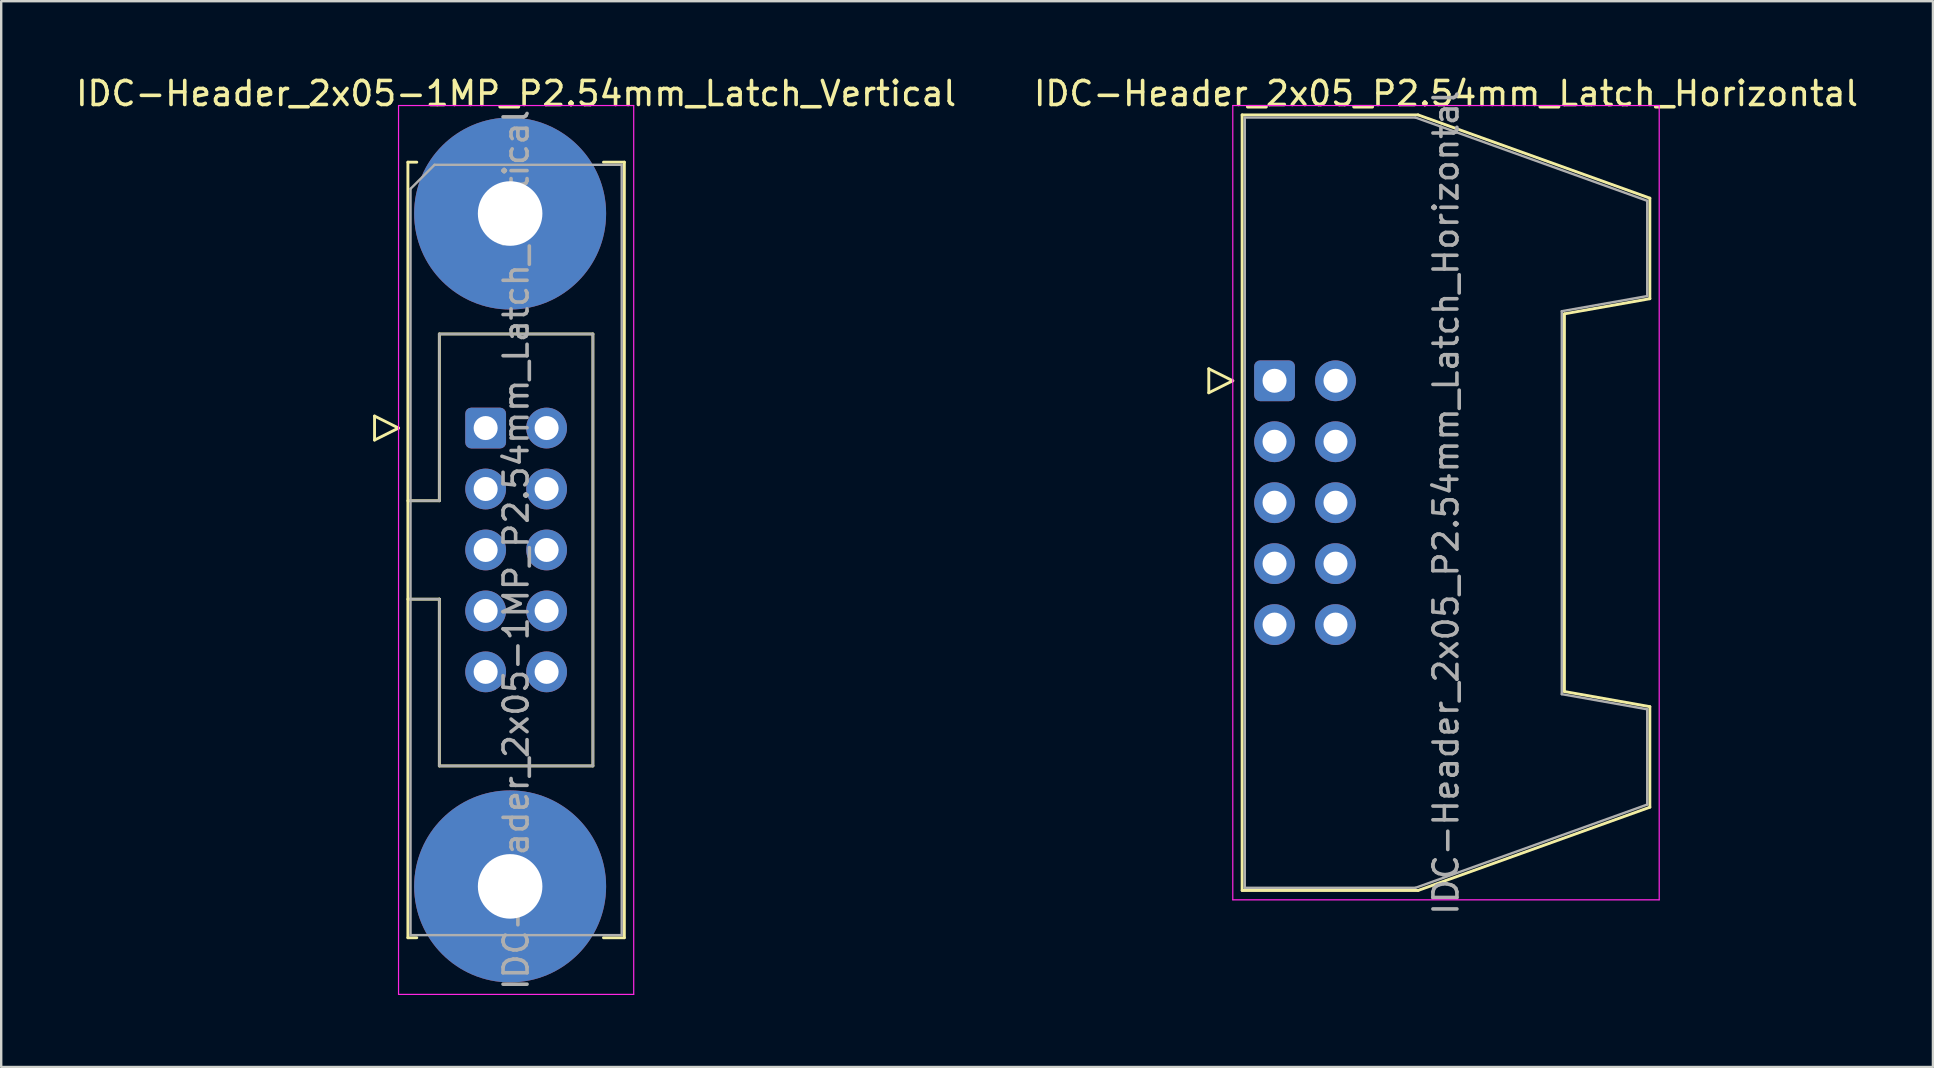
<source format=kicad_pcb>
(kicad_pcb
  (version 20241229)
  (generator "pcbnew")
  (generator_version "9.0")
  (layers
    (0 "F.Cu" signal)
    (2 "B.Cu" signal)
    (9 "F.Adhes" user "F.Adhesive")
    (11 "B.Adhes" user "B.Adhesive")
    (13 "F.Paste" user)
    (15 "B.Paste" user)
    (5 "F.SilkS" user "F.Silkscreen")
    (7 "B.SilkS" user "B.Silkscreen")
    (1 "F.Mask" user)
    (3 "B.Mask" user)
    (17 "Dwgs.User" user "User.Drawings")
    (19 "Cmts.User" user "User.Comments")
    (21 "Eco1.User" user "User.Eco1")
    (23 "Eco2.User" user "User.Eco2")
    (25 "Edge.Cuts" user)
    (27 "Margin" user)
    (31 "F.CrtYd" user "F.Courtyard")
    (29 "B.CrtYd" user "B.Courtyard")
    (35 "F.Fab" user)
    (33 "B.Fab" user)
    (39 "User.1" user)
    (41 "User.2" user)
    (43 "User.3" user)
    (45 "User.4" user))
  (footprint "IDC-Header_2x05_P2.54mm_Latch_Horizontal"
    (layer "F.Cu")
    (at 50.063 12.818)
    (property "Reference" "IDC-Header_2x05_P2.54mm_Latch_Horizontal" (at 7.145 -11.97 0) (layer "F.SilkS") (effects (font (size 1 1) (thickness 0.15))))
    (attr through_hole)
    (fp_line (start -2.74 -0.5) (end -2.74 0.5) (stroke (width 0.12) (type solid)) (layer "F.SilkS"))
    (fp_line (start -2.74 0.5) (end -1.74 0) (stroke (width 0.12) (type solid)) (layer "F.SilkS"))
    (fp_line (start -1.74 0) (end -2.74 -0.5) (stroke (width 0.12) (type solid)) (layer "F.SilkS"))
    (fp_line (start -1.35 -11.08) (end 5.98 -11.08) (stroke (width 0.12) (type solid)) (layer "F.SilkS"))
    (fp_line (start -1.35 21.24) (end -1.35 -11.08) (stroke (width 0.12) (type solid)) (layer "F.SilkS"))
    (fp_line (start 5.98 -11.08) (end 15.64 -7.61) (stroke (width 0.12) (type solid)) (layer "F.SilkS"))
    (fp_line (start 5.98 21.24) (end -1.35 21.24) (stroke (width 0.12) (type solid)) (layer "F.SilkS"))
    (fp_line (start 12.08 -2.79) (end 12.08 12.95) (stroke (width 0.12) (type solid)) (layer "F.SilkS"))
    (fp_line (start 12.08 12.95) (end 15.64 13.58) (stroke (width 0.12) (type solid)) (layer "F.SilkS"))
    (fp_line (start 15.64 -7.61) (end 15.64 -3.42) (stroke (width 0.12) (type solid)) (layer "F.SilkS"))
    (fp_line (start 15.64 -3.42) (end 12.08 -2.79) (stroke (width 0.12) (type solid)) (layer "F.SilkS"))
    (fp_line (start 15.64 13.58) (end 15.64 17.77) (stroke (width 0.12) (type solid)) (layer "F.SilkS"))
    (fp_line (start 15.64 17.77) (end 5.98 21.24) (stroke (width 0.12) (type solid)) (layer "F.SilkS"))
    (fp_line (start -1.74 -11.47) (end -1.74 21.63) (stroke (width 0.05) (type solid)) (layer "F.CrtYd"))
    (fp_line (start -1.74 21.63) (end 16.03 21.63) (stroke (width 0.05) (type solid)) (layer "F.CrtYd"))
    (fp_line (start 16.03 -11.47) (end -1.74 -11.47) (stroke (width 0.05) (type solid)) (layer "F.CrtYd"))
    (fp_line (start 16.03 21.63) (end 16.03 -11.47) (stroke (width 0.05) (type solid)) (layer "F.CrtYd"))
    (fp_line (start -1.24 -10.97) (end 5.87 -10.97) (stroke (width 0.1) (type solid)) (layer "F.Fab"))
    (fp_line (start -1.24 21.13) (end -1.24 -10.97) (stroke (width 0.1) (type solid)) (layer "F.Fab"))
    (fp_line (start 5.87 -10.97) (end 15.53 -7.5) (stroke (width 0.1) (type solid)) (layer "F.Fab"))
    (fp_line (start 5.87 21.13) (end -1.24 21.13) (stroke (width 0.1) (type solid)) (layer "F.Fab"))
    (fp_line (start 11.97 -2.9) (end 11.97 13.06) (stroke (width 0.1) (type solid)) (layer "F.Fab"))
    (fp_line (start 11.97 13.06) (end 15.53 13.69) (stroke (width 0.1) (type solid)) (layer "F.Fab"))
    (fp_line (start 15.53 -7.5) (end 15.53 -3.53) (stroke (width 0.1) (type solid)) (layer "F.Fab"))
    (fp_line (start 15.53 -3.53) (end 11.97 -2.9) (stroke (width 0.1) (type solid)) (layer "F.Fab"))
    (fp_line (start 15.53 13.69) (end 15.53 17.66) (stroke (width 0.1) (type solid)) (layer "F.Fab"))
    (fp_line (start 15.53 17.66) (end 5.87 21.13) (stroke (width 0.1) (type solid)) (layer "F.Fab"))
    (fp_text user "${REFERENCE}" (at 7.145 5.08 90) (layer "F.Fab") (effects (font (size 1 1) (thickness 0.15))))
    (pad "1" thru_hole roundrect (at 0 0) (size 1.7 1.7) (drill 1) (layers "*.Cu" "*.Mask") (roundrect_rratio 0.147))
    (pad "2" thru_hole circle (at 2.54 0) (size 1.7 1.7) (drill 1) (layers "*.Cu" "*.Mask"))
    (pad "3" thru_hole circle (at 0 2.54) (size 1.7 1.7) (drill 1) (layers "*.Cu" "*.Mask"))
    (pad "4" thru_hole circle (at 2.54 2.54) (size 1.7 1.7) (drill 1) (layers "*.Cu" "*.Mask"))
    (pad "5" thru_hole circle (at 0 5.08) (size 1.7 1.7) (drill 1) (layers "*.Cu" "*.Mask"))
    (pad "6" thru_hole circle (at 2.54 5.08) (size 1.7 1.7) (drill 1) (layers "*.Cu" "*.Mask"))
    (pad "7" thru_hole circle (at 0 7.62) (size 1.7 1.7) (drill 1) (layers "*.Cu" "*.Mask"))
    (pad "8" thru_hole circle (at 2.54 7.62) (size 1.7 1.7) (drill 1) (layers "*.Cu" "*.Mask"))
    (pad "9" thru_hole circle (at 0 10.16) (size 1.7 1.7) (drill 1) (layers "*.Cu" "*.Mask"))
    (pad "10" thru_hole circle (at 2.54 10.16) (size 1.7 1.7) (drill 1) (layers "*.Cu" "*.Mask")))
  (footprint "IDC-Header_2x05-1MP_P2.54mm_Latch_Vertical"
    (layer "F.Cu")
    (at 17.188 14.788)
    (property "Reference" "IDC-Header_2x05-1MP_P2.54mm_Latch_Vertical" (at 1.27 -13.94 0) (layer "F.SilkS") (effects (font (size 1 1) (thickness 0.15))))
    (attr through_hole)
    (fp_line (start -4.63 -0.5) (end -4.63 0.5) (stroke (width 0.12) (type solid)) (layer "F.SilkS"))
    (fp_line (start -4.63 0.5) (end -3.63 0) (stroke (width 0.12) (type solid)) (layer "F.SilkS"))
    (fp_line (start -3.63 0) (end -4.63 -0.5) (stroke (width 0.12) (type solid)) (layer "F.SilkS"))
    (fp_line (start -3.24 -11.08) (end -3.24 21.24) (stroke (width 0.12) (type solid)) (layer "F.SilkS"))
    (fp_line (start -3.24 3.03) (end -1.93 3.03) (stroke (width 0.12) (type solid)) (layer "F.SilkS"))
    (fp_line (start -3.24 21.24) (end -2.87 21.24) (stroke (width 0.12) (type solid)) (layer "F.SilkS"))
    (fp_line (start -2.87 -11.08) (end -3.24 -11.08) (stroke (width 0.12) (type solid)) (layer "F.SilkS"))
    (fp_line (start -1.93 -3.92) (end 4.47 -3.92) (stroke (width 0.12) (type solid)) (layer "F.SilkS"))
    (fp_line (start -1.93 3.03) (end -1.93 -3.92) (stroke (width 0.12) (type solid)) (layer "F.SilkS"))
    (fp_line (start -1.93 7.13) (end -3.24 7.13) (stroke (width 0.12) (type solid)) (layer "F.SilkS"))
    (fp_line (start -1.93 7.13) (end -1.93 7.13) (stroke (width 0.12) (type solid)) (layer "F.SilkS"))
    (fp_line (start -1.93 14.08) (end -1.93 7.13) (stroke (width 0.12) (type solid)) (layer "F.SilkS"))
    (fp_line (start 4.47 -3.92) (end 4.47 14.08) (stroke (width 0.12) (type solid)) (layer "F.SilkS"))
    (fp_line (start 4.47 14.08) (end -1.93 14.08) (stroke (width 0.12) (type solid)) (layer "F.SilkS"))
    (fp_line (start 4.91 -11.08) (end 5.78 -11.08) (stroke (width 0.12) (type solid)) (layer "F.SilkS"))
    (fp_line (start 5.78 -11.08) (end 5.78 21.24) (stroke (width 0.12) (type solid)) (layer "F.SilkS"))
    (fp_line (start 5.78 21.24) (end 4.91 21.24) (stroke (width 0.12) (type solid)) (layer "F.SilkS"))
    (fp_line (start -3.63 -13.44) (end -3.63 23.6) (stroke (width 0.05) (type solid)) (layer "F.CrtYd"))
    (fp_line (start -3.63 23.6) (end 6.17 23.6) (stroke (width 0.05) (type solid)) (layer "F.CrtYd"))
    (fp_line (start 6.17 -13.44) (end -3.63 -13.44) (stroke (width 0.05) (type solid)) (layer "F.CrtYd"))
    (fp_line (start 6.17 23.6) (end 6.17 -13.44) (stroke (width 0.05) (type solid)) (layer "F.CrtYd"))
    (fp_line (start -3.13 -9.97) (end -2.13 -10.97) (stroke (width 0.1) (type solid)) (layer "F.Fab"))
    (fp_line (start -3.13 3.03) (end -1.93 3.03) (stroke (width 0.1) (type solid)) (layer "F.Fab"))
    (fp_line (start -3.13 21.13) (end -3.13 -9.97) (stroke (width 0.1) (type solid)) (layer "F.Fab"))
    (fp_line (start -2.13 -10.97) (end 5.67 -10.97) (stroke (width 0.1) (type solid)) (layer "F.Fab"))
    (fp_line (start -1.93 -3.92) (end 4.47 -3.92) (stroke (width 0.1) (type solid)) (layer "F.Fab"))
    (fp_line (start -1.93 3.03) (end -1.93 -3.92) (stroke (width 0.1) (type solid)) (layer "F.Fab"))
    (fp_line (start -1.93 7.13) (end -3.13 7.13) (stroke (width 0.1) (type solid)) (layer "F.Fab"))
    (fp_line (start -1.93 7.13) (end -1.93 7.13) (stroke (width 0.1) (type solid)) (layer "F.Fab"))
    (fp_line (start -1.93 14.08) (end -1.93 7.13) (stroke (width 0.1) (type solid)) (layer "F.Fab"))
    (fp_line (start 4.47 -3.92) (end 4.47 14.08) (stroke (width 0.1) (type solid)) (layer "F.Fab"))
    (fp_line (start 4.47 14.08) (end -1.93 14.08) (stroke (width 0.1) (type solid)) (layer "F.Fab"))
    (fp_line (start 5.67 -10.97) (end 5.67 21.13) (stroke (width 0.1) (type solid)) (layer "F.Fab"))
    (fp_line (start 5.67 21.13) (end -3.13 21.13) (stroke (width 0.1) (type solid)) (layer "F.Fab"))
    (fp_text user "${REFERENCE}" (at 1.27 5.08 90) (layer "F.Fab") (effects (font (size 1 1) (thickness 0.15))))
    (pad "1" thru_hole roundrect (at 0 0) (size 1.7 1.7) (drill 1) (layers "*.Cu" "*.Mask") (roundrect_rratio 0.147))
    (pad "2" thru_hole circle (at 2.54 0) (size 1.7 1.7) (drill 1) (layers "*.Cu" "*.Mask"))
    (pad "3" thru_hole circle (at 0 2.54) (size 1.7 1.7) (drill 1) (layers "*.Cu" "*.Mask"))
    (pad "4" thru_hole circle (at 2.54 2.54) (size 1.7 1.7) (drill 1) (layers "*.Cu" "*.Mask"))
    (pad "5" thru_hole circle (at 0 5.08) (size 1.7 1.7) (drill 1) (layers "*.Cu" "*.Mask"))
    (pad "6" thru_hole circle (at 2.54 5.08) (size 1.7 1.7) (drill 1) (layers "*.Cu" "*.Mask"))
    (pad "7" thru_hole circle (at 0 7.62) (size 1.7 1.7) (drill 1) (layers "*.Cu" "*.Mask"))
    (pad "8" thru_hole circle (at 2.54 7.62) (size 1.7 1.7) (drill 1) (layers "*.Cu" "*.Mask"))
    (pad "9" thru_hole circle (at 0 10.16) (size 1.7 1.7) (drill 1) (layers "*.Cu" "*.Mask"))
    (pad "10" thru_hole circle (at 2.54 10.16) (size 1.7 1.7) (drill 1) (layers "*.Cu" "*.Mask"))
    (pad "MP" thru_hole circle (at 1.02 -8.94) (size 8 8) (drill 2.69) (layers "*.Cu" "*.Mask"))
    (pad "MP" thru_hole circle (at 1.02 19.1) (size 8 8) (drill 2.69) (layers "*.Cu" "*.Mask")))
  (gr_rect
    (start -3 -3)
    (end 77.5 41.413)
    (stroke (width 0.1) (type default))
    (fill no)
    (layer "Edge.Cuts")))
</source>
